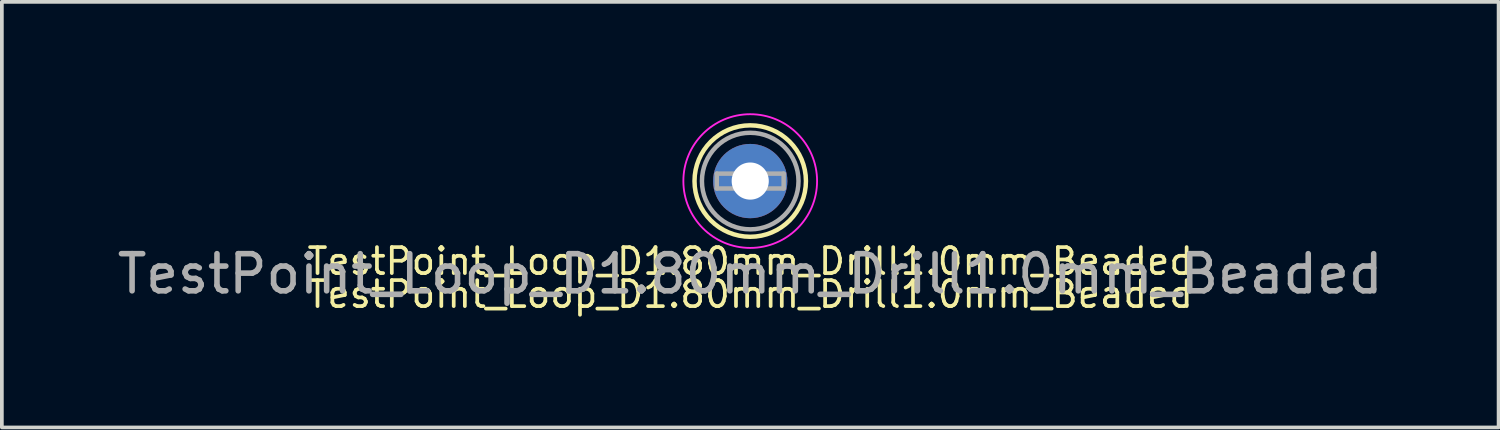
<source format=kicad_pcb>
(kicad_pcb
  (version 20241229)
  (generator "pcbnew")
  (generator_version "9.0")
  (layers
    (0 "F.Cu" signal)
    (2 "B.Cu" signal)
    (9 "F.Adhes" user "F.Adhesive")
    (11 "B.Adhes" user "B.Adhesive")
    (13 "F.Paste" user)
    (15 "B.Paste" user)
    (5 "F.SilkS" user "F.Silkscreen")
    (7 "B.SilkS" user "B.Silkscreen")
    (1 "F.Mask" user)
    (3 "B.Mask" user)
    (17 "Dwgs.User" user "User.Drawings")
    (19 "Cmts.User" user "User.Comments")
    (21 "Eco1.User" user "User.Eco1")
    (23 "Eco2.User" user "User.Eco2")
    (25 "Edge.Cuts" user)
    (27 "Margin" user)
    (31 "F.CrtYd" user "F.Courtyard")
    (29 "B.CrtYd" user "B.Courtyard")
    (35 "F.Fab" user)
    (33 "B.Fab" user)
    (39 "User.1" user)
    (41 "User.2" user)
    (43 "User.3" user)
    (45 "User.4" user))
  (footprint "TestPoint_Loop_D1.80mm_Drill1.0mm_Beaded"
    (layer "F.Cu")
    (at 17.149 1.825)
    (property "Reference" "TestPoint_Loop_D1.80mm_Drill1.0mm_Beaded" (at 0 2.159 0) (layer "F.SilkS") (effects (font (size 0.7 0.7) (thickness 0.1))))
    (property "Value" "TestPoint_Loop_D1.80mm_Drill1.0mm_Beaded" (at 0 -2.8 0) (layer "F.Fab") (hide yes) (effects (font (size 1 1) (thickness 0.15))))
    (attr through_hole)
    (fp_circle (center 0 0) (end 1.5 0) (stroke (width 0.12) (type solid)) (fill no) (layer "F.SilkS"))
    (fp_circle (center 0 0) (end 1.8 0) (stroke (width 0.05) (type solid)) (fill no) (layer "F.CrtYd"))
    (fp_line (start -0.9 -0.2) (end 0.9 -0.2) (stroke (width 0.12) (type solid)) (layer "F.Fab"))
    (fp_line (start -0.9 0.2) (end -0.9 -0.2) (stroke (width 0.12) (type solid)) (layer "F.Fab"))
    (fp_line (start 0.9 -0.2) (end 0.9 0.2) (stroke (width 0.12) (type solid)) (layer "F.Fab"))
    (fp_line (start 0.9 0.2) (end -0.9 0.2) (stroke (width 0.12) (type solid)) (layer "F.Fab"))
    (fp_circle (center 0 0) (end 1.3 0) (stroke (width 0.12) (type solid)) (fill no) (layer "F.Fab"))
    (fp_text user "${VALUE}" (at 0 3.048 0) (layer "F.SilkS") (effects (font (size 0.7 0.7) (thickness 0.1))))
    (fp_text user "${REFERENCE}" (at 0 2.5 0) (layer "F.Fab") (effects (font (size 1 1) (thickness 0.15))))
    (pad "1" thru_hole circle (at 0 0) (size 2 2) (drill 1) (layers "*.Cu" "*.Mask")))
  (gr_rect
    (start -3 -3)
    (end 37.298 8.458)
    (stroke (width 0.1) (type default))
    (fill no)
    (layer "Edge.Cuts")))
</source>
